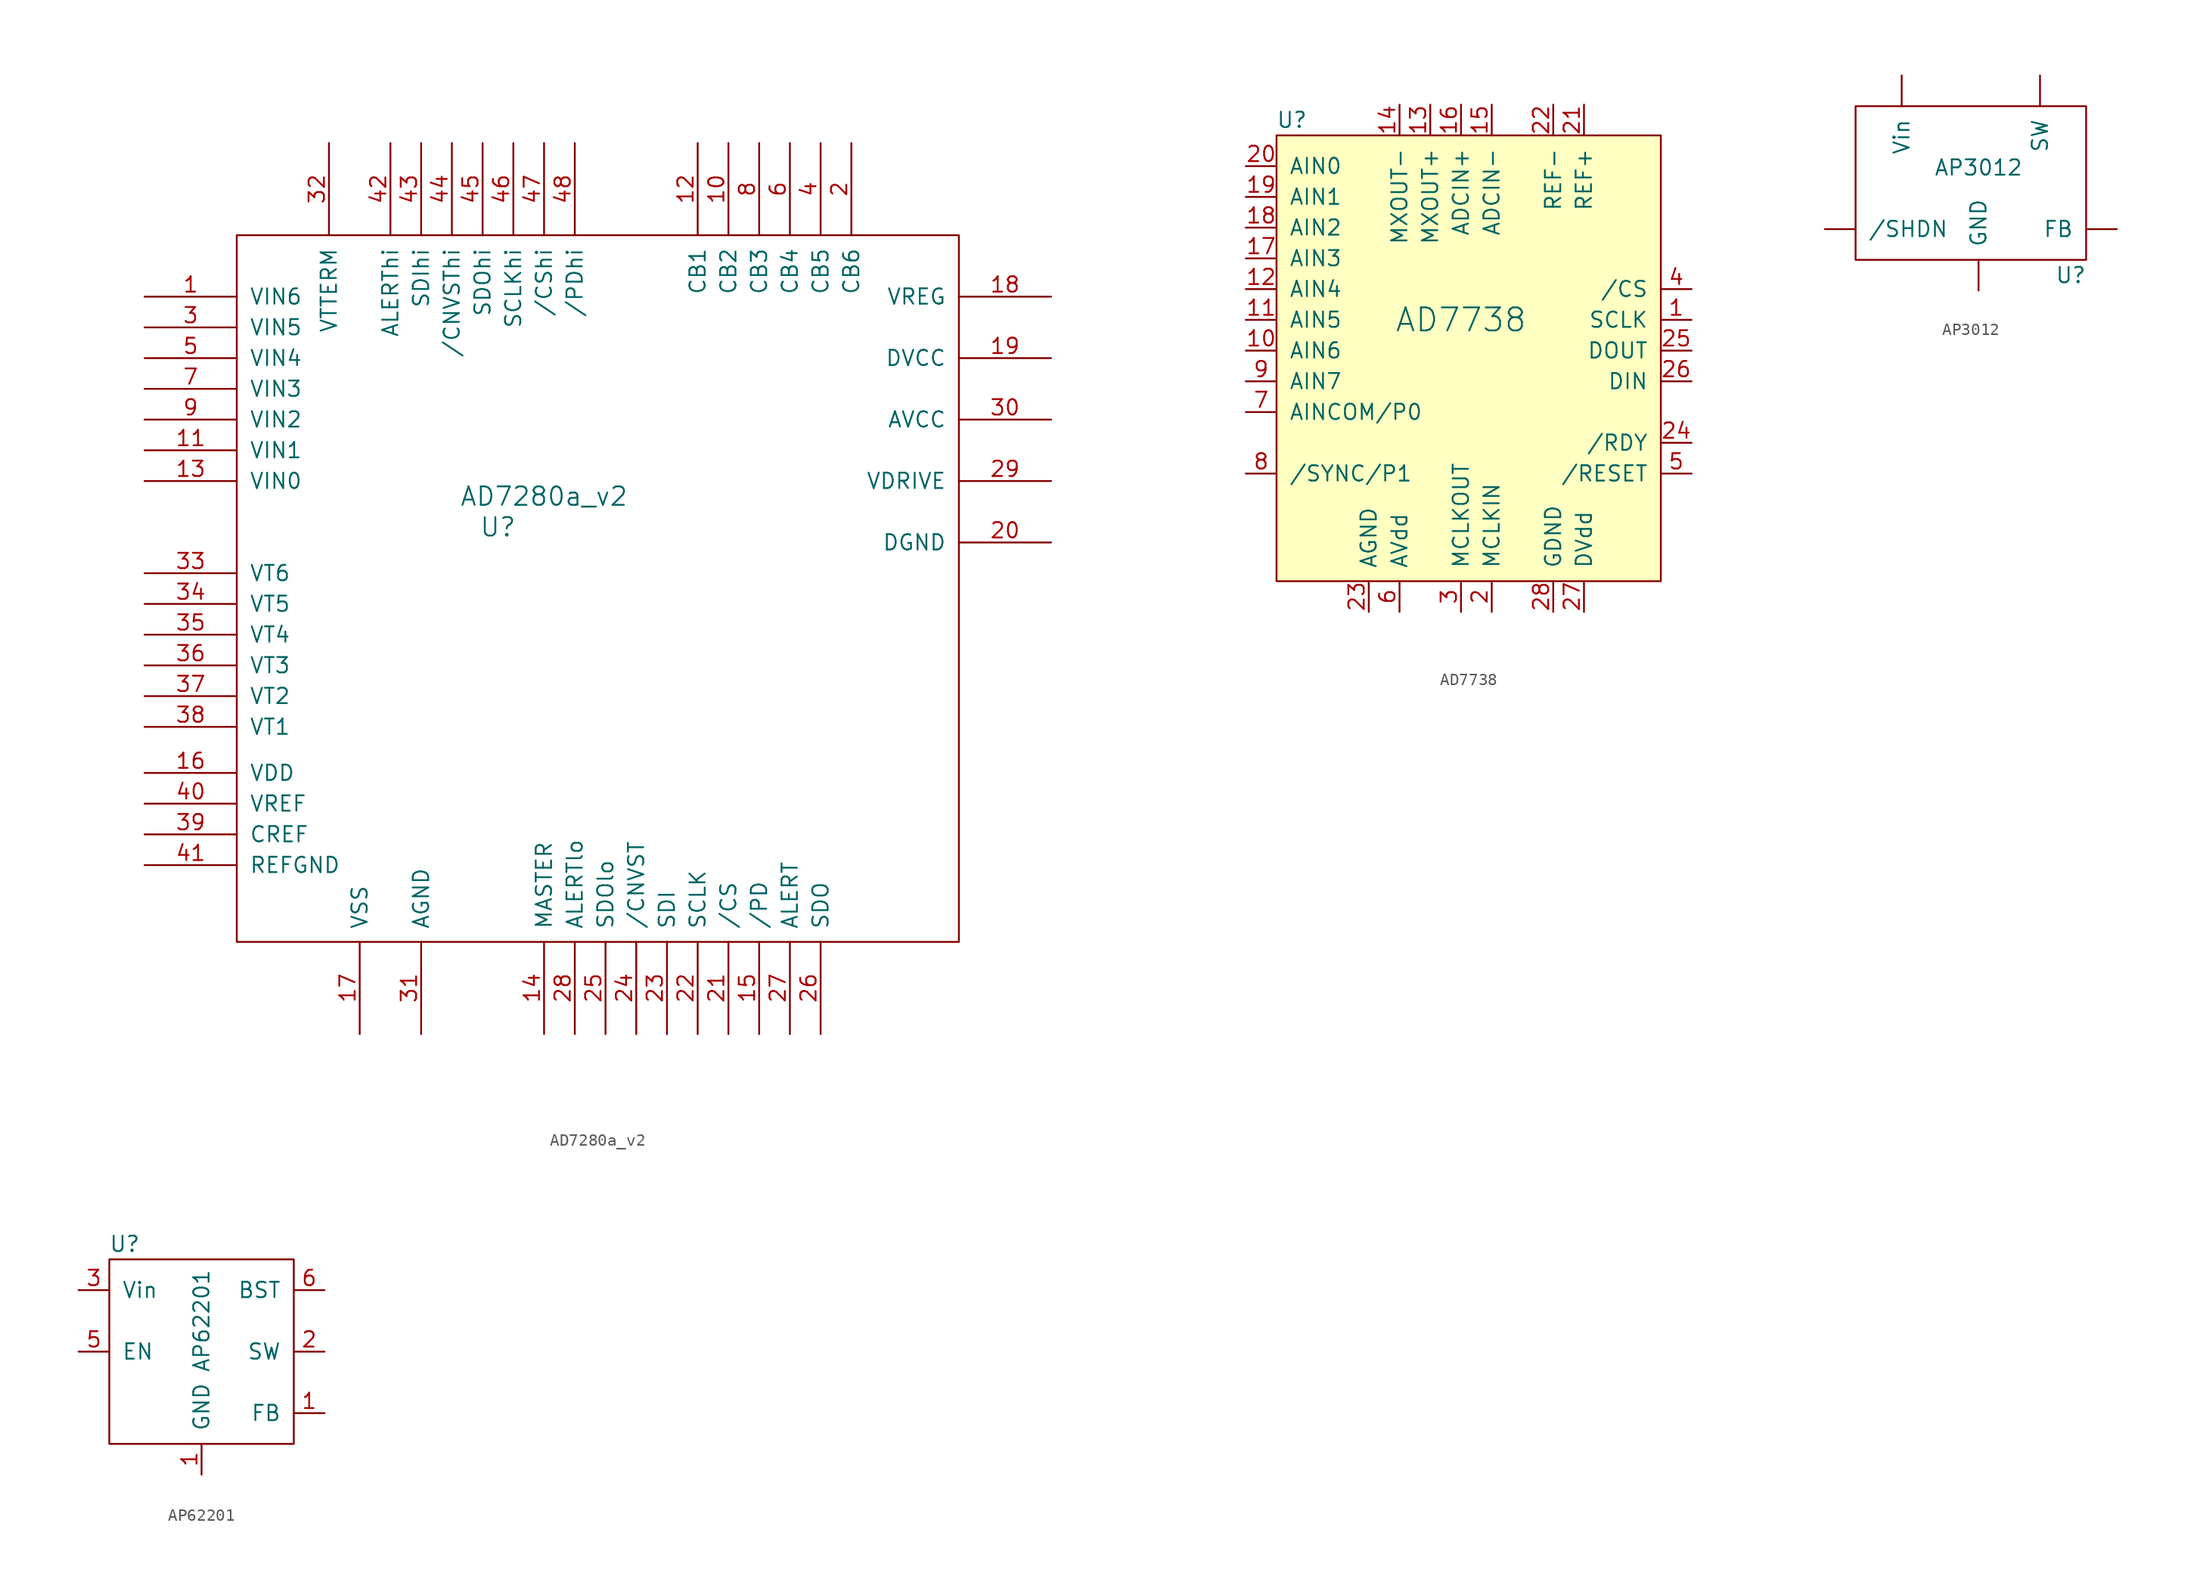
<source format=kicad_sym>
(kicad_symbol_lib
  (version 20241209)
  (generator "kicad_symbol_editor")
  (generator_version "9.0")
  (symbol "AD7280a_v2"
    (pin_names
      (offset 1.016))
    (property "Reference" "U"
      (at -8.89 6.35 0)
      (effects (font (size 1.524 1.524))))
    (property "Value" "AD7280a_v2"
      (at -5.08 8.89 0)
      (effects (font (size 1.524 1.524))))
    (symbol "AD7280a_v2_0_1"
      (rectangle (start -30.48 30.48) (end 29.21 -27.94) (stroke (width 0) (type solid)) (fill (type none))))
    (symbol "AD7280a_v2_1_1"
      (pin input line (at -38.1 25.4 0) (length 7.62) (name "VIN6" (effects (font (size 1.27 1.27)))) (number "1" (effects (font (size 1.27 1.27)))))
      (pin input line (at -38.1 22.86 0) (length 7.62) (name "VIN5" (effects (font (size 1.27 1.27)))) (number "3" (effects (font (size 1.27 1.27)))))
      (pin input line (at -38.1 20.32 0) (length 7.62) (name "VIN4" (effects (font (size 1.27 1.27)))) (number "5" (effects (font (size 1.27 1.27)))))
      (pin input line (at -38.1 17.78 0) (length 7.62) (name "VIN3" (effects (font (size 1.27 1.27)))) (number "7" (effects (font (size 1.27 1.27)))))
      (pin input line (at -38.1 15.24 0) (length 7.62) (name "VIN2" (effects (font (size 1.27 1.27)))) (number "9" (effects (font (size 1.27 1.27)))))
      (pin input line (at -38.1 12.7 0) (length 7.62) (name "VIN1" (effects (font (size 1.27 1.27)))) (number "11" (effects (font (size 1.27 1.27)))))
      (pin input line (at -38.1 10.16 0) (length 7.62) (name "VIN0" (effects (font (size 1.27 1.27)))) (number "13" (effects (font (size 1.27 1.27)))))
      (pin input line (at -38.1 2.54 0) (length 7.62) (name "VT6" (effects (font (size 1.27 1.27)))) (number "33" (effects (font (size 1.27 1.27)))))
      (pin input line (at -38.1 0 0) (length 7.62) (name "VT5" (effects (font (size 1.27 1.27)))) (number "34" (effects (font (size 1.27 1.27)))))
      (pin input line (at -38.1 -2.54 0) (length 7.62) (name "VT4" (effects (font (size 1.27 1.27)))) (number "35" (effects (font (size 1.27 1.27)))))
      (pin input line (at -38.1 -5.08 0) (length 7.62) (name "VT3" (effects (font (size 1.27 1.27)))) (number "36" (effects (font (size 1.27 1.27)))))
      (pin input line (at -38.1 -7.62 0) (length 7.62) (name "VT2" (effects (font (size 1.27 1.27)))) (number "37" (effects (font (size 1.27 1.27)))))
      (pin input line (at -38.1 -10.16 0) (length 7.62) (name "VT1" (effects (font (size 1.27 1.27)))) (number "38" (effects (font (size 1.27 1.27)))))
      (pin power_in line (at -38.1 -13.97 0) (length 7.62) (name "VDD" (effects (font (size 1.27 1.27)))) (number "16" (effects (font (size 1.27 1.27)))))
      (pin output line (at -38.1 -16.51 0) (length 7.62) (name "VREF" (effects (font (size 1.27 1.27)))) (number "40" (effects (font (size 1.27 1.27)))))
      (pin output line (at -38.1 -19.05 0) (length 7.62) (name "CREF" (effects (font (size 1.27 1.27)))) (number "39" (effects (font (size 1.27 1.27)))))
      (pin power_in line (at -38.1 -21.59 0) (length 7.62) (name "REFGND" (effects (font (size 1.27 1.27)))) (number "41" (effects (font (size 1.27 1.27)))))
      (pin input line (at -22.86 38.1 270) (length 7.62) (name "VTTERM" (effects (font (size 1.27 1.27)))) (number "32" (effects (font (size 1.27 1.27)))))
      (pin power_in line (at -20.32 -35.56 90) (length 7.62) (name "VSS" (effects (font (size 1.27 1.27)))) (number "17" (effects (font (size 1.27 1.27)))))
      (pin output line (at -17.78 38.1 270) (length 7.62) (name "ALERThi" (effects (font (size 1.27 1.27)))) (number "42" (effects (font (size 1.27 1.27)))))
      (pin output line (at -15.24 38.1 270) (length 7.62) (name "SDIhi" (effects (font (size 1.27 1.27)))) (number "43" (effects (font (size 1.27 1.27)))))
      (pin power_in line (at -15.24 -35.56 90) (length 7.62) (name "AGND" (effects (font (size 1.27 1.27)))) (number "31" (effects (font (size 1.27 1.27)))))
      (pin output line (at -12.7 38.1 270) (length 7.62) (name "/CNVSThi" (effects (font (size 1.27 1.27)))) (number "44" (effects (font (size 1.27 1.27)))))
      (pin output line (at -10.16 38.1 270) (length 7.62) (name "SDOhi" (effects (font (size 1.27 1.27)))) (number "45" (effects (font (size 1.27 1.27)))))
      (pin output line (at -7.62 38.1 270) (length 7.62) (name "SCLKhi" (effects (font (size 1.27 1.27)))) (number "46" (effects (font (size 1.27 1.27)))))
      (pin output line (at -5.08 38.1 270) (length 7.62) (name "/CShi" (effects (font (size 1.27 1.27)))) (number "47" (effects (font (size 1.27 1.27)))))
      (pin bidirectional line (at -5.08 -35.56 90) (length 7.62) (name "MASTER" (effects (font (size 1.27 1.27)))) (number "14" (effects (font (size 1.27 1.27)))))
      (pin output line (at -2.54 38.1 270) (length 7.62) (name "/PDhi" (effects (font (size 1.27 1.27)))) (number "48" (effects (font (size 1.27 1.27)))))
      (pin output line (at -2.54 -35.56 90) (length 7.62) (name "ALERTlo" (effects (font (size 1.27 1.27)))) (number "28" (effects (font (size 1.27 1.27)))))
      (pin output line (at 0 -35.56 90) (length 7.62) (name "SDOlo" (effects (font (size 1.27 1.27)))) (number "25" (effects (font (size 1.27 1.27)))))
      (pin input line (at 2.54 -35.56 90) (length 7.62) (name "/CNVST" (effects (font (size 1.27 1.27)))) (number "24" (effects (font (size 1.27 1.27)))))
      (pin input line (at 5.08 -35.56 90) (length 7.62) (name "SDI" (effects (font (size 1.27 1.27)))) (number "23" (effects (font (size 1.27 1.27)))))
      (pin output line (at 7.62 38.1 270) (length 7.62) (name "CB1" (effects (font (size 1.27 1.27)))) (number "12" (effects (font (size 1.27 1.27)))))
      (pin input line (at 7.62 -35.56 90) (length 7.62) (name "SCLK" (effects (font (size 1.27 1.27)))) (number "22" (effects (font (size 1.27 1.27)))))
      (pin output line (at 10.16 38.1 270) (length 7.62) (name "CB2" (effects (font (size 1.27 1.27)))) (number "10" (effects (font (size 1.27 1.27)))))
      (pin input line (at 10.16 -35.56 90) (length 7.62) (name "/CS" (effects (font (size 1.27 1.27)))) (number "21" (effects (font (size 1.27 1.27)))))
      (pin output line (at 12.7 38.1 270) (length 7.62) (name "CB3" (effects (font (size 1.27 1.27)))) (number "8" (effects (font (size 1.27 1.27)))))
      (pin input line (at 12.7 -35.56 90) (length 7.62) (name "/PD" (effects (font (size 1.27 1.27)))) (number "15" (effects (font (size 1.27 1.27)))))
      (pin output line (at 15.24 38.1 270) (length 7.62) (name "CB4" (effects (font (size 1.27 1.27)))) (number "6" (effects (font (size 1.27 1.27)))))
      (pin output line (at 15.24 -35.56 90) (length 7.62) (name "ALERT" (effects (font (size 1.27 1.27)))) (number "27" (effects (font (size 1.27 1.27)))))
      (pin output line (at 17.78 38.1 270) (length 7.62) (name "CB5" (effects (font (size 1.27 1.27)))) (number "4" (effects (font (size 1.27 1.27)))))
      (pin output line (at 17.78 -35.56 90) (length 7.62) (name "SDO" (effects (font (size 1.27 1.27)))) (number "26" (effects (font (size 1.27 1.27)))))
      (pin output line (at 20.32 38.1 270) (length 7.62) (name "CB6" (effects (font (size 1.27 1.27)))) (number "2" (effects (font (size 1.27 1.27)))))
      (pin power_out line (at 36.83 25.4 180) (length 7.62) (name "VREG" (effects (font (size 1.27 1.27)))) (number "18" (effects (font (size 1.27 1.27)))))
      (pin power_in line (at 36.83 20.32 180) (length 7.62) (name "DVCC" (effects (font (size 1.27 1.27)))) (number "19" (effects (font (size 1.27 1.27)))))
      (pin power_in line (at 36.83 15.24 180) (length 7.62) (name "AVCC" (effects (font (size 1.27 1.27)))) (number "30" (effects (font (size 1.27 1.27)))))
      (pin power_in line (at 36.83 10.16 180) (length 7.62) (name "VDRIVE" (effects (font (size 1.27 1.27)))) (number "29" (effects (font (size 1.27 1.27)))))
      (pin power_in line (at 36.83 5.08 180) (length 7.62) (name "DGND" (effects (font (size 1.27 1.27)))) (number "20" (effects (font (size 1.27 1.27)))))))
  (symbol "AD7738"
    (pin_names
      (offset 1.016))
    (property "Reference" "U"
      (at -13.97 16.51 0)
      (effects (font (size 1.27 1.27))))
    (property "Value" "AD7738"
      (at 0 0 0)
      (effects (font (size 1.905 1.905))))
    (symbol "AD7738_0_0"
      (pin input line (at -17.78 12.7 0) (length 2.54) (name "AIN0" (effects (font (size 1.27 1.27)))) (number "20" (effects (font (size 1.27 1.27)))))
      (pin input line (at -17.78 10.16 0) (length 2.54) (name "AIN1" (effects (font (size 1.27 1.27)))) (number "19" (effects (font (size 1.27 1.27)))))
      (pin input line (at -17.78 7.62 0) (length 2.54) (name "AIN2" (effects (font (size 1.27 1.27)))) (number "18" (effects (font (size 1.27 1.27)))))
      (pin input line (at -17.78 5.08 0) (length 2.54) (name "AIN3" (effects (font (size 1.27 1.27)))) (number "17" (effects (font (size 1.27 1.27)))))
      (pin input line (at -17.78 2.54 0) (length 2.54) (name "AIN4" (effects (font (size 1.27 1.27)))) (number "12" (effects (font (size 1.27 1.27)))))
      (pin input line (at -17.78 0 0) (length 2.54) (name "AIN5" (effects (font (size 1.27 1.27)))) (number "11" (effects (font (size 1.27 1.27)))))
      (pin input line (at -17.78 -2.54 0) (length 2.54) (name "AIN6" (effects (font (size 1.27 1.27)))) (number "10" (effects (font (size 1.27 1.27)))))
      (pin input line (at -17.78 -5.08 0) (length 2.54) (name "AIN7" (effects (font (size 1.27 1.27)))) (number "9" (effects (font (size 1.27 1.27)))))
      (pin input line (at -17.78 -7.62 0) (length 2.54) (name "AINCOM/P0" (effects (font (size 1.27 1.27)))) (number "7" (effects (font (size 1.27 1.27)))))
      (pin unspecified line (at -17.78 -12.7 0) (length 2.54) (name "/SYNC/P1" (effects (font (size 1.27 1.27)))) (number "8" (effects (font (size 1.27 1.27)))))
      (pin power_in line (at -7.62 -24.13 90) (length 2.54) (name "AGND" (effects (font (size 1.27 1.27)))) (number "23" (effects (font (size 1.27 1.27)))))
      (pin output line (at -5.08 17.78 270) (length 2.54) (name "MXOUT-" (effects (font (size 1.27 1.27)))) (number "14" (effects (font (size 1.27 1.27)))))
      (pin power_in line (at -5.08 -24.13 90) (length 2.54) (name "AVdd" (effects (font (size 1.27 1.27)))) (number "6" (effects (font (size 1.27 1.27)))))
      (pin output line (at -2.54 17.78 270) (length 2.54) (name "MXOUT+" (effects (font (size 1.27 1.27)))) (number "13" (effects (font (size 1.27 1.27)))))
      (pin input line (at 0 17.78 270) (length 2.54) (name "ADCIN+" (effects (font (size 1.27 1.27)))) (number "16" (effects (font (size 1.27 1.27)))))
      (pin output line (at 0 -24.13 90) (length 2.54) (name "MCLKOUT" (effects (font (size 1.27 1.27)))) (number "3" (effects (font (size 1.27 1.27)))))
      (pin input line (at 2.54 17.78 270) (length 2.54) (name "ADCIN-" (effects (font (size 1.27 1.27)))) (number "15" (effects (font (size 1.27 1.27)))))
      (pin input line (at 2.54 -24.13 90) (length 2.54) (name "MCLKIN" (effects (font (size 1.27 1.27)))) (number "2" (effects (font (size 1.27 1.27)))))
      (pin input line (at 7.62 17.78 270) (length 2.54) (name "REF-" (effects (font (size 1.27 1.27)))) (number "22" (effects (font (size 1.27 1.27)))))
      (pin power_in line (at 7.62 -24.13 90) (length 2.54) (name "GDND" (effects (font (size 1.27 1.27)))) (number "28" (effects (font (size 1.27 1.27)))))
      (pin input line (at 10.16 17.78 270) (length 2.54) (name "REF+" (effects (font (size 1.27 1.27)))) (number "21" (effects (font (size 1.27 1.27)))))
      (pin power_in line (at 10.16 -24.13 90) (length 2.54) (name "DVdd" (effects (font (size 1.27 1.27)))) (number "27" (effects (font (size 1.27 1.27)))))
      (pin input line (at 19.05 2.54 180) (length 2.54) (name "/CS" (effects (font (size 1.27 1.27)))) (number "4" (effects (font (size 1.27 1.27)))))
      (pin input line (at 19.05 0 180) (length 2.54) (name "SCLK" (effects (font (size 1.27 1.27)))) (number "1" (effects (font (size 1.27 1.27)))))
      (pin output line (at 19.05 -2.54 180) (length 2.54) (name "DOUT" (effects (font (size 1.27 1.27)))) (number "25" (effects (font (size 1.27 1.27)))))
      (pin input line (at 19.05 -5.08 180) (length 2.54) (name "DIN" (effects (font (size 1.27 1.27)))) (number "26" (effects (font (size 1.27 1.27)))))
      (pin output line (at 19.05 -10.16 180) (length 2.54) (name "/RDY" (effects (font (size 1.27 1.27)))) (number "24" (effects (font (size 1.27 1.27)))))
      (pin input line (at 19.05 -12.7 180) (length 2.54) (name "/RESET" (effects (font (size 1.27 1.27)))) (number "5" (effects (font (size 1.27 1.27))))))
    (symbol "AD7738_0_1"
      (rectangle (start -15.24 15.24) (end 16.51 -21.59) (stroke (width 0) (type solid)) (fill (type background)))))
  (symbol "AP3012"
    (pin_names
      (offset 1.016))
    (property "Reference" "U"
      (at 7.62 -12.7 0)
      (effects (font (size 1.27 1.27))))
    (property "Value" "AP3012"
      (at 0 -3.81 0)
      (effects (font (size 1.27 1.27))))
    (symbol "AP3012_0_1"
      (rectangle (start -10.16 1.27) (end 8.89 -11.43) (stroke (width 0) (type solid)) (fill (type none))))
    (symbol "AP3012_1_1"
      (pin input line (at -12.7 -8.89 0) (length 2.54) (name "/SHDN" (effects (font (size 1.27 1.27)))) (number "~" (effects (font (size 1.27 1.27)))))
      (pin input line (at -6.35 3.81 270) (length 2.54) (name "Vin" (effects (font (size 1.27 1.27)))) (number "~" (effects (font (size 1.27 1.27)))))
      (pin input line (at 0 -13.97 90) (length 2.54) (name "GND" (effects (font (size 1.27 1.27)))) (number "~" (effects (font (size 1.27 1.27)))))
      (pin input line (at 5.08 3.81 270) (length 2.54) (name "SW" (effects (font (size 1.27 1.27)))) (number "~" (effects (font (size 1.27 1.27)))))
      (pin input line (at 11.43 -8.89 180) (length 2.54) (name "FB" (effects (font (size 1.27 1.27)))) (number "~" (effects (font (size 1.27 1.27)))))))
  (symbol "AP62201"
    (pin_names
      (offset 1.016))
    (property "Reference" "U"
      (at -6.35 10.16 0)
      (effects (font (size 1.27 1.27))))
    (property "Value" "AP62201"
      (at 0 3.81 90)
      (effects (font (size 1.27 1.27))))
    (symbol "AP62201_0_1"
      (rectangle (start 7.62 8.89) (end -7.62 -6.35) (stroke (width 0) (type solid)) (fill (type none))))
    (symbol "AP62201_1_1"
      (pin input line (at -10.16 6.35 0) (length 2.54) (name "Vin" (effects (font (size 1.27 1.27)))) (number "3" (effects (font (size 1.27 1.27)))))
      (pin input line (at -10.16 1.27 0) (length 2.54) (name "EN" (effects (font (size 1.27 1.27)))) (number "5" (effects (font (size 1.27 1.27)))))
      (pin input line (at 0 -8.89 90) (length 2.54) (name "GND" (effects (font (size 1.27 1.27)))) (number "1" (effects (font (size 1.27 1.27)))))
      (pin input line (at 10.16 6.35 180) (length 2.54) (name "BST" (effects (font (size 1.27 1.27)))) (number "6" (effects (font (size 1.27 1.27)))))
      (pin input line (at 10.16 1.27 180) (length 2.54) (name "SW" (effects (font (size 1.27 1.27)))) (number "2" (effects (font (size 1.27 1.27)))))
      (pin input line (at 10.16 -3.81 180) (length 2.54) (name "FB" (effects (font (size 1.27 1.27)))) (number "1" (effects (font (size 1.27 1.27))))))))
</source>
